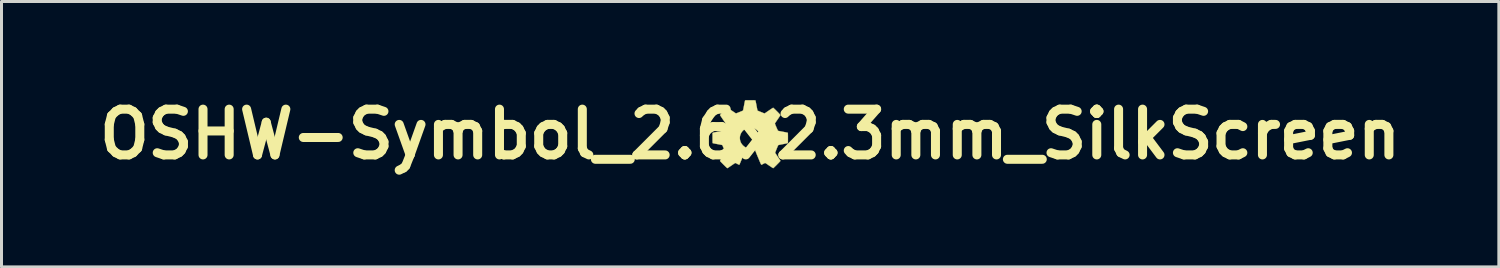
<source format=kicad_pcb>
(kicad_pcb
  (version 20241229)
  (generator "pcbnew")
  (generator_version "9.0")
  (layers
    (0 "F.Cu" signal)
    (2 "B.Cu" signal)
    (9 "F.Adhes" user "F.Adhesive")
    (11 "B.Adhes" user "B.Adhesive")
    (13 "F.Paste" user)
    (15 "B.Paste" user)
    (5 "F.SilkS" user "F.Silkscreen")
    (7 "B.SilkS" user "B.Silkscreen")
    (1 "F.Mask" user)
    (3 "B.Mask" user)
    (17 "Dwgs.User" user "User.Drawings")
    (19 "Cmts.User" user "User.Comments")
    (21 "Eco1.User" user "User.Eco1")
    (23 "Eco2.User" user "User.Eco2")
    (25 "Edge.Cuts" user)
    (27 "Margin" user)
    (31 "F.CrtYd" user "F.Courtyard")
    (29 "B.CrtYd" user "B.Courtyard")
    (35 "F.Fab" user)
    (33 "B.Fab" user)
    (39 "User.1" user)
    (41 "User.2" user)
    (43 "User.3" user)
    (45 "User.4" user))
  (footprint "OSHW-Symbol_2.6x2.3mm_SilkScreen"
    (layer "F.Cu")
    (at 21.924 1.418)
    (property "Reference" "OSHW-Symbol_2.6x2.3mm_SilkScreen" (at 0 0 0) (layer "F.SilkS") (effects (font (size 1.524 1.524) (thickness 0.3))))
    (attr through_hole)
    (fp_poly (pts (xy 0.038 -1.13) (xy 0.073 -1.13) (xy 0.103 -1.129) (xy 0.13 -1.129) (xy 0.15 -1.128) (xy 0.165 -1.128) (xy 0.172 -1.127) (xy 0.173 -1.127) (xy 0.175 -1.122) (xy 0.178 -1.109) (xy 0.183 -1.089) (xy 0.189 -1.062) (xy 0.195 -1.03) (xy 0.203 -0.992) (xy 0.209 -0.957) (xy 0.216 -0.921) (xy 0.223 -0.887) (xy 0.229 -0.856) (xy 0.234 -0.83) (xy 0.238 -0.81) (xy 0.242 -0.795) (xy 0.244 -0.788) (xy 0.244 -0.787) (xy 0.249 -0.784) (xy 0.261 -0.779) (xy 0.278 -0.771) (xy 0.299 -0.762) (xy 0.324 -0.752) (xy 0.35 -0.742) (xy 0.376 -0.731) (xy 0.402 -0.721) (xy 0.426 -0.711) (xy 0.447 -0.703) (xy 0.464 -0.697) (xy 0.476 -0.693) (xy 0.481 -0.692) (xy 0.481 -0.692) (xy 0.485 -0.694) (xy 0.496 -0.701) (xy 0.512 -0.712) (xy 0.532 -0.726) (xy 0.557 -0.743) (xy 0.584 -0.762) (xy 0.614 -0.782) (xy 0.621 -0.787) (xy 0.652 -0.808) (xy 0.68 -0.827) (xy 0.706 -0.844) (xy 0.728 -0.858) (xy 0.745 -0.869) (xy 0.758 -0.877) (xy 0.765 -0.88) (xy 0.765 -0.881) (xy 0.77 -0.878) (xy 0.78 -0.869) (xy 0.794 -0.857) (xy 0.811 -0.84) (xy 0.832 -0.821) (xy 0.854 -0.799) (xy 0.877 -0.776) (xy 0.901 -0.752) (xy 0.924 -0.729) (xy 0.945 -0.707) (xy 0.965 -0.686) (xy 0.982 -0.668) (xy 0.995 -0.654) (xy 1.004 -0.644) (xy 1.008 -0.638) (xy 1.008 -0.638) (xy 1.005 -0.633) (xy 0.999 -0.622) (xy 0.988 -0.605) (xy 0.975 -0.584) (xy 0.958 -0.559) (xy 0.94 -0.532) (xy 0.919 -0.502) (xy 0.918 -0.5) (xy 0.898 -0.471) (xy 0.879 -0.443) (xy 0.862 -0.418) (xy 0.847 -0.396) (xy 0.836 -0.379) (xy 0.828 -0.367) (xy 0.825 -0.362) (xy 0.825 -0.362) (xy 0.824 -0.358) (xy 0.825 -0.351) (xy 0.828 -0.341) (xy 0.833 -0.327) (xy 0.84 -0.308) (xy 0.85 -0.283) (xy 0.864 -0.252) (xy 0.871 -0.235) (xy 0.884 -0.204) (xy 0.897 -0.176) (xy 0.908 -0.152) (xy 0.917 -0.133) (xy 0.924 -0.12) (xy 0.928 -0.114) (xy 0.928 -0.114) (xy 0.934 -0.112) (xy 0.947 -0.109) (xy 0.966 -0.105) (xy 0.991 -0.1) (xy 1.021 -0.094) (xy 1.054 -0.088) (xy 1.089 -0.081) (xy 1.093 -0.08) (xy 1.133 -0.073) (xy 1.169 -0.066) (xy 1.199 -0.06) (xy 1.224 -0.054) (xy 1.241 -0.05) (xy 1.251 -0.047) (xy 1.254 -0.046) (xy 1.254 -0.04) (xy 1.255 -0.028) (xy 1.256 -0.008) (xy 1.256 0.017) (xy 1.257 0.047) (xy 1.257 0.08) (xy 1.257 0.116) (xy 1.257 0.125) (xy 1.257 0.168) (xy 1.257 0.204) (xy 1.257 0.232) (xy 1.256 0.254) (xy 1.256 0.27) (xy 1.255 0.282) (xy 1.254 0.29) (xy 1.253 0.294) (xy 1.251 0.296) (xy 1.246 0.298) (xy 1.233 0.301) (xy 1.214 0.305) (xy 1.189 0.31) (xy 1.16 0.316) (xy 1.128 0.323) (xy 1.094 0.329) (xy 1.055 0.336) (xy 1.021 0.343) (xy 0.991 0.349) (xy 0.967 0.354) (xy 0.949 0.359) (xy 0.938 0.362) (xy 0.935 0.363) (xy 0.931 0.368) (xy 0.926 0.38) (xy 0.918 0.398) (xy 0.908 0.42) (xy 0.898 0.445) (xy 0.887 0.471) (xy 0.876 0.499) (xy 0.865 0.527) (xy 0.855 0.553) (xy 0.846 0.576) (xy 0.839 0.596) (xy 0.834 0.61) (xy 0.831 0.619) (xy 0.831 0.62) (xy 0.834 0.625) (xy 0.841 0.636) (xy 0.852 0.652) (xy 0.866 0.672) (xy 0.882 0.697) (xy 0.901 0.724) (xy 0.92 0.753) (xy 0.94 0.782) (xy 0.959 0.809) (xy 0.975 0.834) (xy 0.989 0.855) (xy 0.999 0.871) (xy 1.005 0.883) (xy 1.008 0.888) (xy 1.005 0.892) (xy 0.996 0.902) (xy 0.984 0.916) (xy 0.967 0.934) (xy 0.948 0.954) (xy 0.926 0.976) (xy 0.903 0.999) (xy 0.88 1.023) (xy 0.857 1.046) (xy 0.834 1.068) (xy 0.814 1.088) (xy 0.796 1.105) (xy 0.782 1.118) (xy 0.771 1.127) (xy 0.766 1.13) (xy 0.766 1.13) (xy 0.761 1.128) (xy 0.75 1.121) (xy 0.733 1.111) (xy 0.713 1.097) (xy 0.688 1.081) (xy 0.661 1.063) (xy 0.633 1.044) (xy 0.603 1.024) (xy 0.576 1.005) (xy 0.552 0.989) (xy 0.531 0.976) (xy 0.515 0.965) (xy 0.504 0.959) (xy 0.499 0.957) (xy 0.493 0.959) (xy 0.481 0.964) (xy 0.464 0.972) (xy 0.445 0.982) (xy 0.436 0.987) (xy 0.415 0.998) (xy 0.396 1.007) (xy 0.382 1.013) (xy 0.373 1.015) (xy 0.372 1.015) (xy 0.369 1.014) (xy 0.367 1.011) (xy 0.363 1.005) (xy 0.358 0.996) (xy 0.352 0.983) (xy 0.344 0.966) (xy 0.335 0.945) (xy 0.323 0.918) (xy 0.31 0.886) (xy 0.294 0.847) (xy 0.275 0.802) (xy 0.253 0.749) (xy 0.249 0.74) (xy 0.23 0.694) (xy 0.212 0.651) (xy 0.196 0.61) (xy 0.181 0.573) (xy 0.168 0.54) (xy 0.157 0.512) (xy 0.148 0.489) (xy 0.142 0.472) (xy 0.139 0.462) (xy 0.138 0.459) (xy 0.142 0.454) (xy 0.152 0.446) (xy 0.166 0.435) (xy 0.179 0.426) (xy 0.214 0.4) (xy 0.243 0.376) (xy 0.267 0.351) (xy 0.287 0.325) (xy 0.305 0.295) (xy 0.314 0.278) (xy 0.334 0.229) (xy 0.346 0.179) (xy 0.35 0.128) (xy 0.346 0.077) (xy 0.335 0.027) (xy 0.316 -0.021) (xy 0.29 -0.066) (xy 0.257 -0.108) (xy 0.255 -0.111) (xy 0.215 -0.147) (xy 0.171 -0.177) (xy 0.121 -0.2) (xy 0.097 -0.208) (xy 0.083 -0.212) (xy 0.07 -0.215) (xy 0.056 -0.217) (xy 0.038 -0.218) (xy 0.015 -0.218) (xy 0.002 -0.218) (xy -0.024 -0.218) (xy -0.044 -0.217) (xy -0.06 -0.216) (xy -0.073 -0.213) (xy -0.087 -0.21) (xy -0.093 -0.208) (xy -0.145 -0.188) (xy -0.192 -0.161) (xy -0.233 -0.127) (xy -0.269 -0.088) (xy -0.299 -0.043) (xy -0.307 -0.028) (xy -0.324 0.012) (xy -0.336 0.049) (xy -0.342 0.087) (xy -0.344 0.127) (xy -0.34 0.181) (xy -0.328 0.233) (xy -0.308 0.282) (xy -0.28 0.327) (xy -0.247 0.367) (xy -0.232 0.381) (xy -0.212 0.398) (xy -0.19 0.415) (xy -0.169 0.43) (xy -0.151 0.442) (xy -0.149 0.443) (xy -0.139 0.45) (xy -0.133 0.458) (xy -0.133 0.459) (xy -0.134 0.465) (xy -0.139 0.478) (xy -0.146 0.498) (xy -0.156 0.524) (xy -0.169 0.556) (xy -0.184 0.595) (xy -0.202 0.638) (xy -0.222 0.686) (xy -0.241 0.733) (xy -0.26 0.779) (xy -0.278 0.821) (xy -0.294 0.862) (xy -0.31 0.898) (xy -0.323 0.931) (xy -0.335 0.958) (xy -0.344 0.98) (xy -0.351 0.996) (xy -0.355 1.006) (xy -0.356 1.008) (xy -0.362 1.014) (xy -0.368 1.016) (xy -0.375 1.014) (xy -0.387 1.009) (xy -0.404 1.001) (xy -0.423 0.991) (xy -0.432 0.986) (xy -0.457 0.973) (xy -0.476 0.964) (xy -0.49 0.959) (xy -0.497 0.958) (xy -0.503 0.961) (xy -0.515 0.968) (xy -0.531 0.978) (xy -0.551 0.991) (xy -0.574 1.007) (xy -0.588 1.017) (xy -0.628 1.044) (xy -0.66 1.066) (xy -0.687 1.084) (xy -0.709 1.099) (xy -0.726 1.11) (xy -0.739 1.119) (xy -0.749 1.125) (xy -0.755 1.128) (xy -0.759 1.13) (xy -0.761 1.13) (xy -0.766 1.127) (xy -0.775 1.119) (xy -0.79 1.106) (xy -0.808 1.089) (xy -0.829 1.069) (xy -0.853 1.045) (xy -0.878 1.02) (xy -0.884 1.015) (xy -0.909 0.989) (xy -0.933 0.965) (xy -0.955 0.943) (xy -0.973 0.924) (xy -0.987 0.909) (xy -0.997 0.898) (xy -1.001 0.893) (xy -1.001 0.892) (xy -1.002 0.89) (xy -1.002 0.887) (xy -1.002 0.884) (xy -1 0.879) (xy -0.996 0.873) (xy -0.99 0.863) (xy -0.982 0.85) (xy -0.97 0.833) (xy -0.955 0.81) (xy -0.936 0.783) (xy -0.913 0.749) (xy -0.91 0.746) (xy -0.891 0.717) (xy -0.873 0.69) (xy -0.857 0.666) (xy -0.843 0.646) (xy -0.834 0.63) (xy -0.827 0.62) (xy -0.826 0.616) (xy -0.827 0.61) (xy -0.831 0.598) (xy -0.838 0.58) (xy -0.847 0.557) (xy -0.857 0.531) (xy -0.869 0.501) (xy -0.875 0.486) (xy -0.89 0.45) (xy -0.902 0.42) (xy -0.911 0.398) (xy -0.919 0.381) (xy -0.925 0.369) (xy -0.93 0.362) (xy -0.933 0.36) (xy -0.939 0.358) (xy -0.953 0.355) (xy -0.972 0.351) (xy -0.997 0.346) (xy -1.027 0.34) (xy -1.06 0.334) (xy -1.092 0.328) (xy -1.126 0.322) (xy -1.159 0.316) (xy -1.187 0.31) (xy -1.211 0.305) (xy -1.23 0.301) (xy -1.243 0.298) (xy -1.247 0.296) (xy -1.249 0.293) (xy -1.25 0.288) (xy -1.251 0.278) (xy -1.252 0.264) (xy -1.252 0.245) (xy -1.253 0.22) (xy -1.253 0.188) (xy -1.253 0.149) (xy -1.253 0.124) (xy -1.253 -0.042) (xy -1.244 -0.048) (xy -1.237 -0.05) (xy -1.224 -0.053) (xy -1.204 -0.058) (xy -1.178 -0.063) (xy -1.149 -0.069) (xy -1.116 -0.075) (xy -1.08 -0.082) (xy -1.079 -0.082) (xy -1.044 -0.089) (xy -1.012 -0.095) (xy -0.982 -0.101) (xy -0.958 -0.106) (xy -0.938 -0.11) (xy -0.925 -0.114) (xy -0.92 -0.116) (xy -0.92 -0.116) (xy -0.917 -0.121) (xy -0.911 -0.133) (xy -0.903 -0.15) (xy -0.893 -0.172) (xy -0.882 -0.196) (xy -0.871 -0.222) (xy -0.86 -0.249) (xy -0.848 -0.275) (xy -0.838 -0.299) (xy -0.829 -0.321) (xy -0.823 -0.338) (xy -0.818 -0.349) (xy -0.817 -0.354) (xy -0.819 -0.359) (xy -0.826 -0.37) (xy -0.836 -0.386) (xy -0.85 -0.407) (xy -0.866 -0.432) (xy -0.885 -0.46) (xy -0.905 -0.489) (xy -0.909 -0.494) (xy -0.929 -0.524) (xy -0.948 -0.552) (xy -0.965 -0.578) (xy -0.98 -0.6) (xy -0.991 -0.617) (xy -0.999 -0.629) (xy -1.002 -0.635) (xy -1.002 -0.636) (xy -1.002 -0.639) (xy -0.998 -0.645) (xy -0.991 -0.653) (xy -0.981 -0.665) (xy -0.966 -0.681) (xy -0.947 -0.701) (xy -0.922 -0.726) (xy -0.893 -0.756) (xy -0.886 -0.762) (xy -0.856 -0.792) (xy -0.83 -0.818) (xy -0.807 -0.841) (xy -0.788 -0.858) (xy -0.773 -0.871) (xy -0.764 -0.879) (xy -0.761 -0.881) (xy -0.755 -0.878) (xy -0.744 -0.872) (xy -0.727 -0.861) (xy -0.706 -0.848) (xy -0.681 -0.831) (xy -0.654 -0.813) (xy -0.624 -0.792) (xy -0.621 -0.79) (xy -0.591 -0.77) (xy -0.563 -0.751) (xy -0.537 -0.733) (xy -0.516 -0.719) (xy -0.498 -0.707) (xy -0.486 -0.699) (xy -0.48 -0.695) (xy -0.48 -0.695) (xy -0.476 -0.694) (xy -0.471 -0.694) (xy -0.462 -0.696) (xy -0.451 -0.699) (xy -0.435 -0.705) (xy -0.413 -0.714) (xy -0.385 -0.725) (xy -0.365 -0.733) (xy -0.331 -0.747) (xy -0.303 -0.759) (xy -0.281 -0.768) (xy -0.265 -0.775) (xy -0.253 -0.78) (xy -0.245 -0.784) (xy -0.24 -0.788) (xy -0.237 -0.791) (xy -0.236 -0.794) (xy -0.235 -0.796) (xy -0.234 -0.801) (xy -0.231 -0.815) (xy -0.227 -0.834) (xy -0.222 -0.859) (xy -0.217 -0.889) (xy -0.21 -0.922) (xy -0.204 -0.957) (xy -0.203 -0.961) (xy -0.196 -0.997) (xy -0.19 -1.03) (xy -0.184 -1.059) (xy -0.179 -1.085) (xy -0.174 -1.104) (xy -0.171 -1.118) (xy -0.169 -1.124) (xy -0.169 -1.124) (xy -0.166 -1.126) (xy -0.161 -1.127) (xy -0.152 -1.128) (xy -0.139 -1.129) (xy -0.122 -1.129) (xy -0.098 -1.13) (xy -0.068 -1.13) (xy -0.031 -1.13) (xy 0.002 -1.13) (xy 0.038 -1.13)) (stroke (width 0.01) (type solid)) (fill yes) (layer "F.SilkS")))
  (gr_rect
    (start -3 -3)
    (end 46.848 5.836)
    (stroke (width 0.1) (type default))
    (fill no)
    (layer "Edge.Cuts")))
</source>
